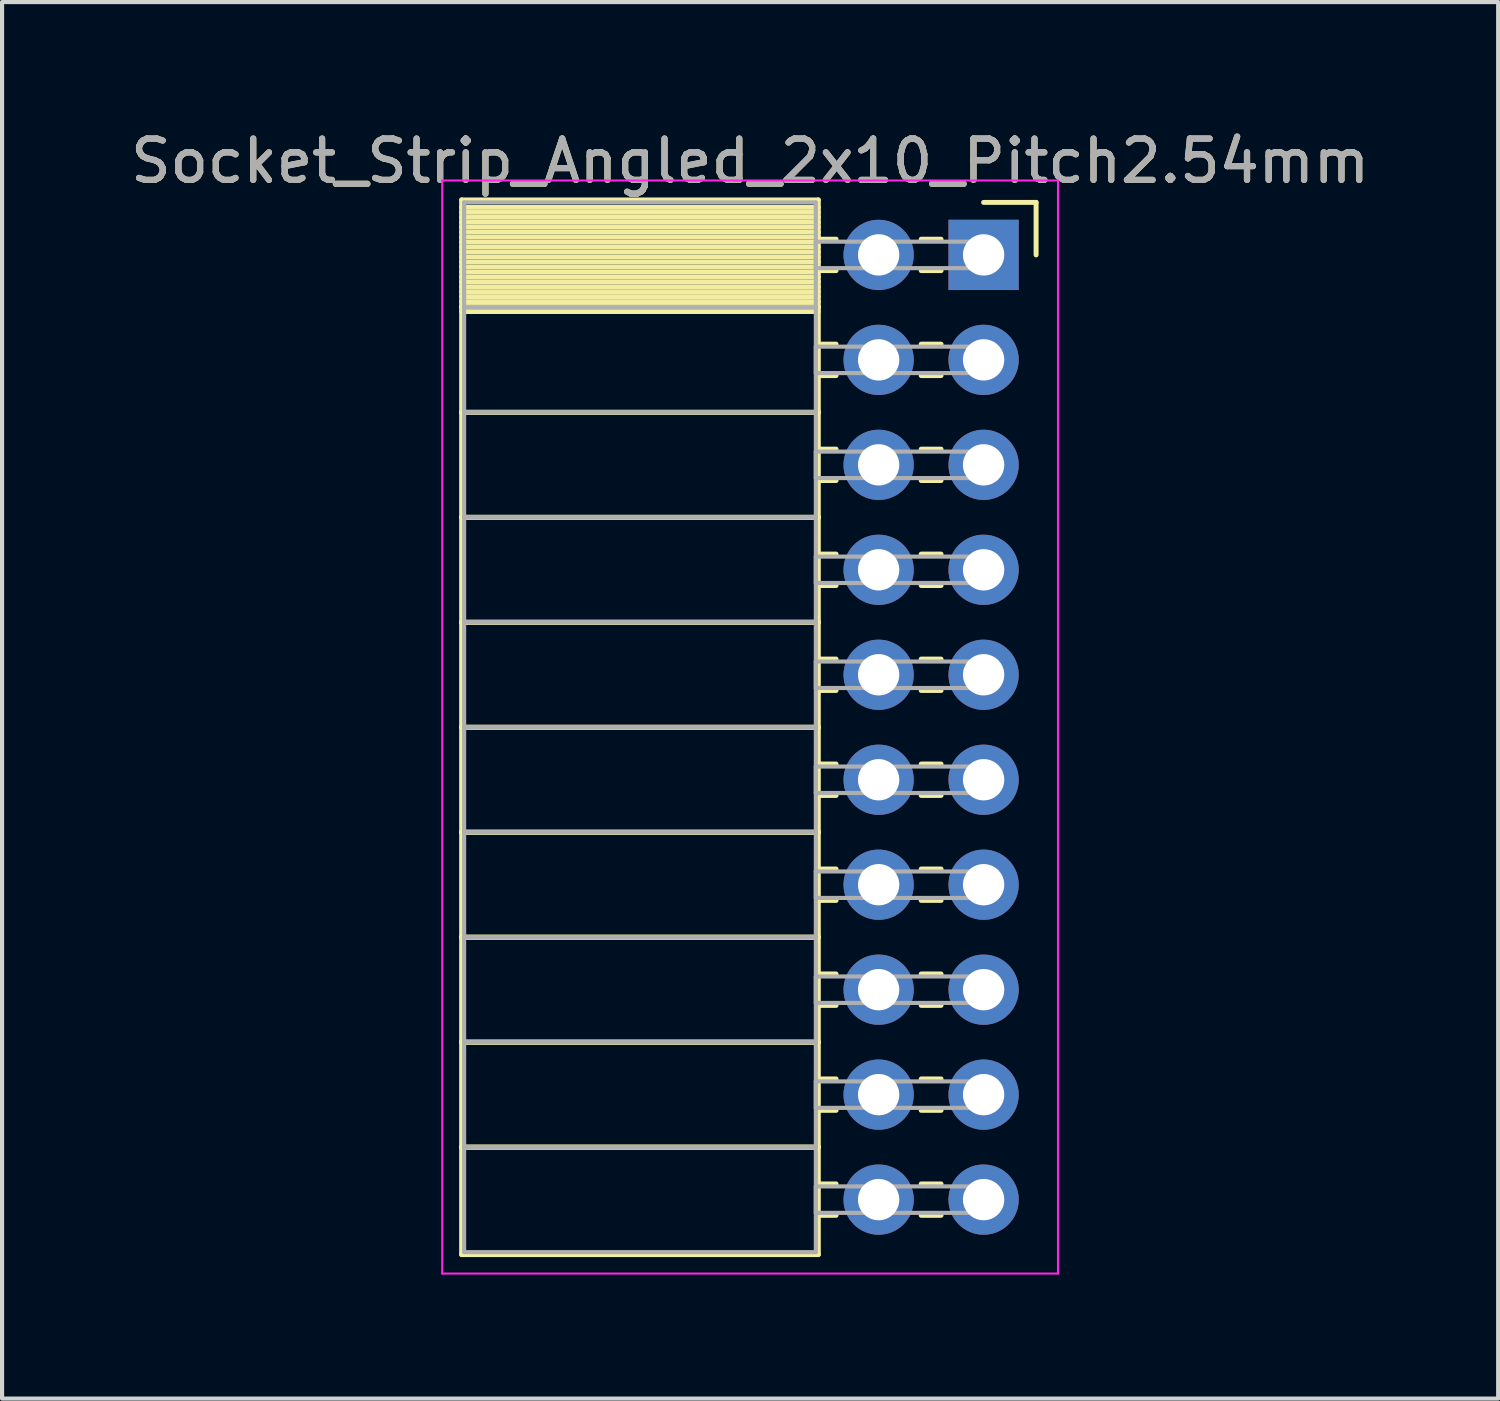
<source format=kicad_pcb>
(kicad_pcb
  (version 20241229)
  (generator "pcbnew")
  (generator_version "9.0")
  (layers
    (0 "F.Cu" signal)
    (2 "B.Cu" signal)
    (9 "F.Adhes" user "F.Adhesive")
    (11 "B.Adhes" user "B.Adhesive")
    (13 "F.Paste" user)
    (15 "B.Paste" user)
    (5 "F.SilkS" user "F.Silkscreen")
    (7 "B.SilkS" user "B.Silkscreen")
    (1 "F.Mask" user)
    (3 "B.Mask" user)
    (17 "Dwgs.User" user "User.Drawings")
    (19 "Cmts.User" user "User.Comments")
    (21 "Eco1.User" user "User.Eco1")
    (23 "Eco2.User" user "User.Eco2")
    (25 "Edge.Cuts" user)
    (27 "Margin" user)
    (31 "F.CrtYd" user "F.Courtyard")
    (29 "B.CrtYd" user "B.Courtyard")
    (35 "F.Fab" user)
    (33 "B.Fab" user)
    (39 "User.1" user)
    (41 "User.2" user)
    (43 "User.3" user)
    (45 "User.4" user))
  (footprint "Socket_Strip_Angled_2x10_Pitch2.54mm"
    (layer "F.Cu")
    (at 19.481 14.548)
    (property "Reference" "Socket_Strip_Angled_2x10_Pitch2.54mm" (at -4.38 -13.7 0) (layer "F.SilkS") (effects (font (size 1 1) (thickness 0.15))))
    (attr through_hole)
    (fp_line (start -11.36 -12.76) (end -2.73 -12.76) (stroke (width 0.12) (type solid)) (layer "F.SilkS"))
    (fp_line (start -11.36 -10.16) (end -11.36 -12.76) (stroke (width 0.12) (type solid)) (layer "F.SilkS"))
    (fp_line (start -11.36 -10.16) (end -2.73 -10.16) (stroke (width 0.12) (type solid)) (layer "F.SilkS"))
    (fp_line (start -11.36 -7.62) (end -11.36 -10.16) (stroke (width 0.12) (type solid)) (layer "F.SilkS"))
    (fp_line (start -11.36 -7.62) (end -2.73 -7.62) (stroke (width 0.12) (type solid)) (layer "F.SilkS"))
    (fp_line (start -11.36 -5.08) (end -11.36 -7.62) (stroke (width 0.12) (type solid)) (layer "F.SilkS"))
    (fp_line (start -11.36 -5.08) (end -2.73 -5.08) (stroke (width 0.12) (type solid)) (layer "F.SilkS"))
    (fp_line (start -11.36 -2.54) (end -11.36 -5.08) (stroke (width 0.12) (type solid)) (layer "F.SilkS"))
    (fp_line (start -11.36 -2.54) (end -2.73 -2.54) (stroke (width 0.12) (type solid)) (layer "F.SilkS"))
    (fp_line (start -11.36 0) (end -11.36 -2.54) (stroke (width 0.12) (type solid)) (layer "F.SilkS"))
    (fp_line (start -11.36 0) (end -2.73 0) (stroke (width 0.12) (type solid)) (layer "F.SilkS"))
    (fp_line (start -11.36 2.54) (end -11.36 0) (stroke (width 0.12) (type solid)) (layer "F.SilkS"))
    (fp_line (start -11.36 2.54) (end -2.73 2.54) (stroke (width 0.12) (type solid)) (layer "F.SilkS"))
    (fp_line (start -11.36 5.08) (end -11.36 2.54) (stroke (width 0.12) (type solid)) (layer "F.SilkS"))
    (fp_line (start -11.36 5.08) (end -2.73 5.08) (stroke (width 0.12) (type solid)) (layer "F.SilkS"))
    (fp_line (start -11.36 7.62) (end -11.36 5.08) (stroke (width 0.12) (type solid)) (layer "F.SilkS"))
    (fp_line (start -11.36 7.62) (end -2.73 7.62) (stroke (width 0.12) (type solid)) (layer "F.SilkS"))
    (fp_line (start -11.36 10.16) (end -11.36 7.62) (stroke (width 0.12) (type solid)) (layer "F.SilkS"))
    (fp_line (start -11.36 10.16) (end -2.73 10.16) (stroke (width 0.12) (type solid)) (layer "F.SilkS"))
    (fp_line (start -11.36 12.76) (end -11.36 10.16) (stroke (width 0.12) (type solid)) (layer "F.SilkS"))
    (fp_line (start -2.73 -12.76) (end -2.73 -10.16) (stroke (width 0.12) (type solid)) (layer "F.SilkS"))
    (fp_line (start -2.73 -12.58) (end -11.36 -12.58) (stroke (width 0.12) (type solid)) (layer "F.SilkS"))
    (fp_line (start -2.73 -12.46) (end -11.36 -12.46) (stroke (width 0.12) (type solid)) (layer "F.SilkS"))
    (fp_line (start -2.73 -12.34) (end -11.36 -12.34) (stroke (width 0.12) (type solid)) (layer "F.SilkS"))
    (fp_line (start -2.73 -12.22) (end -11.36 -12.22) (stroke (width 0.12) (type solid)) (layer "F.SilkS"))
    (fp_line (start -2.73 -12.1) (end -11.36 -12.1) (stroke (width 0.12) (type solid)) (layer "F.SilkS"))
    (fp_line (start -2.73 -11.98) (end -11.36 -11.98) (stroke (width 0.12) (type solid)) (layer "F.SilkS"))
    (fp_line (start -2.73 -11.86) (end -11.36 -11.86) (stroke (width 0.12) (type solid)) (layer "F.SilkS"))
    (fp_line (start -2.73 -11.74) (end -11.36 -11.74) (stroke (width 0.12) (type solid)) (layer "F.SilkS"))
    (fp_line (start -2.73 -11.62) (end -11.36 -11.62) (stroke (width 0.12) (type solid)) (layer "F.SilkS"))
    (fp_line (start -2.73 -11.5) (end -11.36 -11.5) (stroke (width 0.12) (type solid)) (layer "F.SilkS"))
    (fp_line (start -2.73 -11.38) (end -11.36 -11.38) (stroke (width 0.12) (type solid)) (layer "F.SilkS"))
    (fp_line (start -2.73 -11.26) (end -11.36 -11.26) (stroke (width 0.12) (type solid)) (layer "F.SilkS"))
    (fp_line (start -2.73 -11.14) (end -11.36 -11.14) (stroke (width 0.12) (type solid)) (layer "F.SilkS"))
    (fp_line (start -2.73 -11.02) (end -11.36 -11.02) (stroke (width 0.12) (type solid)) (layer "F.SilkS"))
    (fp_line (start -2.73 -10.9) (end -11.36 -10.9) (stroke (width 0.12) (type solid)) (layer "F.SilkS"))
    (fp_line (start -2.73 -10.78) (end -11.36 -10.78) (stroke (width 0.12) (type solid)) (layer "F.SilkS"))
    (fp_line (start -2.73 -10.66) (end -11.36 -10.66) (stroke (width 0.12) (type solid)) (layer "F.SilkS"))
    (fp_line (start -2.73 -10.54) (end -11.36 -10.54) (stroke (width 0.12) (type solid)) (layer "F.SilkS"))
    (fp_line (start -2.73 -10.42) (end -11.36 -10.42) (stroke (width 0.12) (type solid)) (layer "F.SilkS"))
    (fp_line (start -2.73 -10.3) (end -11.36 -10.3) (stroke (width 0.12) (type solid)) (layer "F.SilkS"))
    (fp_line (start -2.73 -10.18) (end -11.36 -10.18) (stroke (width 0.12) (type solid)) (layer "F.SilkS"))
    (fp_line (start -2.73 -10.16) (end -11.36 -10.16) (stroke (width 0.12) (type solid)) (layer "F.SilkS"))
    (fp_line (start -2.73 -10.16) (end -2.73 -7.62) (stroke (width 0.12) (type solid)) (layer "F.SilkS"))
    (fp_line (start -2.73 -10.06) (end -11.36 -10.06) (stroke (width 0.12) (type solid)) (layer "F.SilkS"))
    (fp_line (start -2.73 -7.62) (end -11.36 -7.62) (stroke (width 0.12) (type solid)) (layer "F.SilkS"))
    (fp_line (start -2.73 -7.62) (end -2.73 -5.08) (stroke (width 0.12) (type solid)) (layer "F.SilkS"))
    (fp_line (start -2.73 -5.08) (end -11.36 -5.08) (stroke (width 0.12) (type solid)) (layer "F.SilkS"))
    (fp_line (start -2.73 -5.08) (end -2.73 -2.54) (stroke (width 0.12) (type solid)) (layer "F.SilkS"))
    (fp_line (start -2.73 -2.54) (end -11.36 -2.54) (stroke (width 0.12) (type solid)) (layer "F.SilkS"))
    (fp_line (start -2.73 -2.54) (end -2.73 0) (stroke (width 0.12) (type solid)) (layer "F.SilkS"))
    (fp_line (start -2.73 0) (end -11.36 0) (stroke (width 0.12) (type solid)) (layer "F.SilkS"))
    (fp_line (start -2.73 0) (end -2.73 2.54) (stroke (width 0.12) (type solid)) (layer "F.SilkS"))
    (fp_line (start -2.73 2.54) (end -11.36 2.54) (stroke (width 0.12) (type solid)) (layer "F.SilkS"))
    (fp_line (start -2.73 2.54) (end -2.73 5.08) (stroke (width 0.12) (type solid)) (layer "F.SilkS"))
    (fp_line (start -2.73 5.08) (end -11.36 5.08) (stroke (width 0.12) (type solid)) (layer "F.SilkS"))
    (fp_line (start -2.73 5.08) (end -2.73 7.62) (stroke (width 0.12) (type solid)) (layer "F.SilkS"))
    (fp_line (start -2.73 7.62) (end -11.36 7.62) (stroke (width 0.12) (type solid)) (layer "F.SilkS"))
    (fp_line (start -2.73 7.62) (end -2.73 10.16) (stroke (width 0.12) (type solid)) (layer "F.SilkS"))
    (fp_line (start -2.73 10.16) (end -11.36 10.16) (stroke (width 0.12) (type solid)) (layer "F.SilkS"))
    (fp_line (start -2.73 10.16) (end -2.73 12.76) (stroke (width 0.12) (type solid)) (layer "F.SilkS"))
    (fp_line (start -2.73 12.76) (end -11.36 12.76) (stroke (width 0.12) (type solid)) (layer "F.SilkS"))
    (fp_line (start -2.3 -11.81) (end -2.73 -11.81) (stroke (width 0.12) (type solid)) (layer "F.SilkS"))
    (fp_line (start -2.3 -11.05) (end -2.73 -11.05) (stroke (width 0.12) (type solid)) (layer "F.SilkS"))
    (fp_line (start -2.3 -9.27) (end -2.73 -9.27) (stroke (width 0.12) (type solid)) (layer "F.SilkS"))
    (fp_line (start -2.3 -8.51) (end -2.73 -8.51) (stroke (width 0.12) (type solid)) (layer "F.SilkS"))
    (fp_line (start -2.3 -6.73) (end -2.73 -6.73) (stroke (width 0.12) (type solid)) (layer "F.SilkS"))
    (fp_line (start -2.3 -5.97) (end -2.73 -5.97) (stroke (width 0.12) (type solid)) (layer "F.SilkS"))
    (fp_line (start -2.3 -4.19) (end -2.73 -4.19) (stroke (width 0.12) (type solid)) (layer "F.SilkS"))
    (fp_line (start -2.3 -3.43) (end -2.73 -3.43) (stroke (width 0.12) (type solid)) (layer "F.SilkS"))
    (fp_line (start -2.3 -1.65) (end -2.73 -1.65) (stroke (width 0.12) (type solid)) (layer "F.SilkS"))
    (fp_line (start -2.3 -0.89) (end -2.73 -0.89) (stroke (width 0.12) (type solid)) (layer "F.SilkS"))
    (fp_line (start -2.3 0.89) (end -2.73 0.89) (stroke (width 0.12) (type solid)) (layer "F.SilkS"))
    (fp_line (start -2.3 1.65) (end -2.73 1.65) (stroke (width 0.12) (type solid)) (layer "F.SilkS"))
    (fp_line (start -2.3 3.43) (end -2.73 3.43) (stroke (width 0.12) (type solid)) (layer "F.SilkS"))
    (fp_line (start -2.3 4.19) (end -2.73 4.19) (stroke (width 0.12) (type solid)) (layer "F.SilkS"))
    (fp_line (start -2.3 5.97) (end -2.73 5.97) (stroke (width 0.12) (type solid)) (layer "F.SilkS"))
    (fp_line (start -2.3 6.73) (end -2.73 6.73) (stroke (width 0.12) (type solid)) (layer "F.SilkS"))
    (fp_line (start -2.3 8.51) (end -2.73 8.51) (stroke (width 0.12) (type solid)) (layer "F.SilkS"))
    (fp_line (start -2.3 9.27) (end -2.73 9.27) (stroke (width 0.12) (type solid)) (layer "F.SilkS"))
    (fp_line (start -2.3 11.05) (end -2.73 11.05) (stroke (width 0.12) (type solid)) (layer "F.SilkS"))
    (fp_line (start -2.3 11.81) (end -2.73 11.81) (stroke (width 0.12) (type solid)) (layer "F.SilkS"))
    (fp_line (start 0.24 -11.81) (end -0.24 -11.81) (stroke (width 0.12) (type solid)) (layer "F.SilkS"))
    (fp_line (start 0.24 -11.05) (end -0.24 -11.05) (stroke (width 0.12) (type solid)) (layer "F.SilkS"))
    (fp_line (start 0.24 -9.27) (end -0.24 -9.27) (stroke (width 0.12) (type solid)) (layer "F.SilkS"))
    (fp_line (start 0.24 -8.51) (end -0.24 -8.51) (stroke (width 0.12) (type solid)) (layer "F.SilkS"))
    (fp_line (start 0.24 -6.73) (end -0.24 -6.73) (stroke (width 0.12) (type solid)) (layer "F.SilkS"))
    (fp_line (start 0.24 -5.97) (end -0.24 -5.97) (stroke (width 0.12) (type solid)) (layer "F.SilkS"))
    (fp_line (start 0.24 -4.19) (end -0.24 -4.19) (stroke (width 0.12) (type solid)) (layer "F.SilkS"))
    (fp_line (start 0.24 -3.43) (end -0.24 -3.43) (stroke (width 0.12) (type solid)) (layer "F.SilkS"))
    (fp_line (start 0.24 -1.65) (end -0.24 -1.65) (stroke (width 0.12) (type solid)) (layer "F.SilkS"))
    (fp_line (start 0.24 -0.89) (end -0.24 -0.89) (stroke (width 0.12) (type solid)) (layer "F.SilkS"))
    (fp_line (start 0.24 0.89) (end -0.24 0.89) (stroke (width 0.12) (type solid)) (layer "F.SilkS"))
    (fp_line (start 0.24 1.65) (end -0.24 1.65) (stroke (width 0.12) (type solid)) (layer "F.SilkS"))
    (fp_line (start 0.24 3.43) (end -0.24 3.43) (stroke (width 0.12) (type solid)) (layer "F.SilkS"))
    (fp_line (start 0.24 4.19) (end -0.24 4.19) (stroke (width 0.12) (type solid)) (layer "F.SilkS"))
    (fp_line (start 0.24 5.97) (end -0.24 5.97) (stroke (width 0.12) (type solid)) (layer "F.SilkS"))
    (fp_line (start 0.24 6.73) (end -0.24 6.73) (stroke (width 0.12) (type solid)) (layer "F.SilkS"))
    (fp_line (start 0.24 8.51) (end -0.24 8.51) (stroke (width 0.12) (type solid)) (layer "F.SilkS"))
    (fp_line (start 0.24 9.27) (end -0.24 9.27) (stroke (width 0.12) (type solid)) (layer "F.SilkS"))
    (fp_line (start 0.24 11.05) (end -0.24 11.05) (stroke (width 0.12) (type solid)) (layer "F.SilkS"))
    (fp_line (start 0.24 11.81) (end -0.24 11.81) (stroke (width 0.12) (type solid)) (layer "F.SilkS"))
    (fp_line (start 1.27 -12.7) (end 2.54 -12.7) (stroke (width 0.12) (type solid)) (layer "F.SilkS"))
    (fp_line (start 2.54 -12.7) (end 2.54 -11.43) (stroke (width 0.12) (type solid)) (layer "F.SilkS"))
    (fp_line (start -11.83 -13.23) (end 3.07 -13.23) (stroke (width 0.05) (type solid)) (layer "F.CrtYd"))
    (fp_line (start -11.83 13.22) (end -11.83 -13.23) (stroke (width 0.05) (type solid)) (layer "F.CrtYd"))
    (fp_line (start 3.07 -13.23) (end 3.07 13.22) (stroke (width 0.05) (type solid)) (layer "F.CrtYd"))
    (fp_line (start 3.07 13.22) (end -11.83 13.22) (stroke (width 0.05) (type solid)) (layer "F.CrtYd"))
    (fp_line (start -11.3 -12.7) (end -2.79 -12.7) (stroke (width 0.1) (type solid)) (layer "F.Fab"))
    (fp_line (start -11.3 -10.16) (end -11.3 -12.7) (stroke (width 0.1) (type solid)) (layer "F.Fab"))
    (fp_line (start -11.3 -10.16) (end -2.79 -10.16) (stroke (width 0.1) (type solid)) (layer "F.Fab"))
    (fp_line (start -11.3 -7.62) (end -11.3 -10.16) (stroke (width 0.1) (type solid)) (layer "F.Fab"))
    (fp_line (start -11.3 -7.62) (end -2.79 -7.62) (stroke (width 0.1) (type solid)) (layer "F.Fab"))
    (fp_line (start -11.3 -5.08) (end -11.3 -7.62) (stroke (width 0.1) (type solid)) (layer "F.Fab"))
    (fp_line (start -11.3 -5.08) (end -2.79 -5.08) (stroke (width 0.1) (type solid)) (layer "F.Fab"))
    (fp_line (start -11.3 -2.54) (end -11.3 -5.08) (stroke (width 0.1) (type solid)) (layer "F.Fab"))
    (fp_line (start -11.3 -2.54) (end -2.79 -2.54) (stroke (width 0.1) (type solid)) (layer "F.Fab"))
    (fp_line (start -11.3 0) (end -11.3 -2.54) (stroke (width 0.1) (type solid)) (layer "F.Fab"))
    (fp_line (start -11.3 0) (end -2.79 0) (stroke (width 0.1) (type solid)) (layer "F.Fab"))
    (fp_line (start -11.3 2.54) (end -11.3 0) (stroke (width 0.1) (type solid)) (layer "F.Fab"))
    (fp_line (start -11.3 2.54) (end -2.79 2.54) (stroke (width 0.1) (type solid)) (layer "F.Fab"))
    (fp_line (start -11.3 5.08) (end -11.3 2.54) (stroke (width 0.1) (type solid)) (layer "F.Fab"))
    (fp_line (start -11.3 5.08) (end -2.79 5.08) (stroke (width 0.1) (type solid)) (layer "F.Fab"))
    (fp_line (start -11.3 7.62) (end -11.3 5.08) (stroke (width 0.1) (type solid)) (layer "F.Fab"))
    (fp_line (start -11.3 7.62) (end -2.79 7.62) (stroke (width 0.1) (type solid)) (layer "F.Fab"))
    (fp_line (start -11.3 10.16) (end -11.3 7.62) (stroke (width 0.1) (type solid)) (layer "F.Fab"))
    (fp_line (start -11.3 10.16) (end -2.79 10.16) (stroke (width 0.1) (type solid)) (layer "F.Fab"))
    (fp_line (start -11.3 12.7) (end -11.3 10.16) (stroke (width 0.1) (type solid)) (layer "F.Fab"))
    (fp_line (start -2.79 -12.7) (end -2.79 -10.16) (stroke (width 0.1) (type solid)) (layer "F.Fab"))
    (fp_line (start -2.79 -11.75) (end 1.27 -11.75) (stroke (width 0.1) (type solid)) (layer "F.Fab"))
    (fp_line (start -2.79 -11.11) (end -2.79 -11.75) (stroke (width 0.1) (type solid)) (layer "F.Fab"))
    (fp_line (start -2.79 -10.16) (end -11.3 -10.16) (stroke (width 0.1) (type solid)) (layer "F.Fab"))
    (fp_line (start -2.79 -10.16) (end -2.79 -7.62) (stroke (width 0.1) (type solid)) (layer "F.Fab"))
    (fp_line (start -2.79 -9.21) (end 1.27 -9.21) (stroke (width 0.1) (type solid)) (layer "F.Fab"))
    (fp_line (start -2.79 -8.57) (end -2.79 -9.21) (stroke (width 0.1) (type solid)) (layer "F.Fab"))
    (fp_line (start -2.79 -7.62) (end -11.3 -7.62) (stroke (width 0.1) (type solid)) (layer "F.Fab"))
    (fp_line (start -2.79 -7.62) (end -2.79 -5.08) (stroke (width 0.1) (type solid)) (layer "F.Fab"))
    (fp_line (start -2.79 -6.67) (end 1.27 -6.67) (stroke (width 0.1) (type solid)) (layer "F.Fab"))
    (fp_line (start -2.79 -6.03) (end -2.79 -6.67) (stroke (width 0.1) (type solid)) (layer "F.Fab"))
    (fp_line (start -2.79 -5.08) (end -11.3 -5.08) (stroke (width 0.1) (type solid)) (layer "F.Fab"))
    (fp_line (start -2.79 -5.08) (end -2.79 -2.54) (stroke (width 0.1) (type solid)) (layer "F.Fab"))
    (fp_line (start -2.79 -4.13) (end 1.27 -4.13) (stroke (width 0.1) (type solid)) (layer "F.Fab"))
    (fp_line (start -2.79 -3.49) (end -2.79 -4.13) (stroke (width 0.1) (type solid)) (layer "F.Fab"))
    (fp_line (start -2.79 -2.54) (end -11.3 -2.54) (stroke (width 0.1) (type solid)) (layer "F.Fab"))
    (fp_line (start -2.79 -2.54) (end -2.79 0) (stroke (width 0.1) (type solid)) (layer "F.Fab"))
    (fp_line (start -2.79 -1.59) (end 1.27 -1.59) (stroke (width 0.1) (type solid)) (layer "F.Fab"))
    (fp_line (start -2.79 -0.95) (end -2.79 -1.59) (stroke (width 0.1) (type solid)) (layer "F.Fab"))
    (fp_line (start -2.79 0) (end -11.3 0) (stroke (width 0.1) (type solid)) (layer "F.Fab"))
    (fp_line (start -2.79 0) (end -2.79 2.54) (stroke (width 0.1) (type solid)) (layer "F.Fab"))
    (fp_line (start -2.79 0.95) (end 1.27 0.95) (stroke (width 0.1) (type solid)) (layer "F.Fab"))
    (fp_line (start -2.79 1.59) (end -2.79 0.95) (stroke (width 0.1) (type solid)) (layer "F.Fab"))
    (fp_line (start -2.79 2.54) (end -11.3 2.54) (stroke (width 0.1) (type solid)) (layer "F.Fab"))
    (fp_line (start -2.79 2.54) (end -2.79 5.08) (stroke (width 0.1) (type solid)) (layer "F.Fab"))
    (fp_line (start -2.79 3.49) (end 1.27 3.49) (stroke (width 0.1) (type solid)) (layer "F.Fab"))
    (fp_line (start -2.79 4.13) (end -2.79 3.49) (stroke (width 0.1) (type solid)) (layer "F.Fab"))
    (fp_line (start -2.79 5.08) (end -11.3 5.08) (stroke (width 0.1) (type solid)) (layer "F.Fab"))
    (fp_line (start -2.79 5.08) (end -2.79 7.62) (stroke (width 0.1) (type solid)) (layer "F.Fab"))
    (fp_line (start -2.79 6.03) (end 1.27 6.03) (stroke (width 0.1) (type solid)) (layer "F.Fab"))
    (fp_line (start -2.79 6.67) (end -2.79 6.03) (stroke (width 0.1) (type solid)) (layer "F.Fab"))
    (fp_line (start -2.79 7.62) (end -11.3 7.62) (stroke (width 0.1) (type solid)) (layer "F.Fab"))
    (fp_line (start -2.79 7.62) (end -2.79 10.16) (stroke (width 0.1) (type solid)) (layer "F.Fab"))
    (fp_line (start -2.79 8.57) (end 1.27 8.57) (stroke (width 0.1) (type solid)) (layer "F.Fab"))
    (fp_line (start -2.79 9.21) (end -2.79 8.57) (stroke (width 0.1) (type solid)) (layer "F.Fab"))
    (fp_line (start -2.79 10.16) (end -11.3 10.16) (stroke (width 0.1) (type solid)) (layer "F.Fab"))
    (fp_line (start -2.79 10.16) (end -2.79 12.7) (stroke (width 0.1) (type solid)) (layer "F.Fab"))
    (fp_line (start -2.79 11.11) (end 1.27 11.11) (stroke (width 0.1) (type solid)) (layer "F.Fab"))
    (fp_line (start -2.79 11.75) (end -2.79 11.11) (stroke (width 0.1) (type solid)) (layer "F.Fab"))
    (fp_line (start -2.79 12.7) (end -11.3 12.7) (stroke (width 0.1) (type solid)) (layer "F.Fab"))
    (fp_line (start 1.27 -11.75) (end 1.27 -11.11) (stroke (width 0.1) (type solid)) (layer "F.Fab"))
    (fp_line (start 1.27 -11.11) (end -2.79 -11.11) (stroke (width 0.1) (type solid)) (layer "F.Fab"))
    (fp_line (start 1.27 -9.21) (end 1.27 -8.57) (stroke (width 0.1) (type solid)) (layer "F.Fab"))
    (fp_line (start 1.27 -8.57) (end -2.79 -8.57) (stroke (width 0.1) (type solid)) (layer "F.Fab"))
    (fp_line (start 1.27 -6.67) (end 1.27 -6.03) (stroke (width 0.1) (type solid)) (layer "F.Fab"))
    (fp_line (start 1.27 -6.03) (end -2.79 -6.03) (stroke (width 0.1) (type solid)) (layer "F.Fab"))
    (fp_line (start 1.27 -4.13) (end 1.27 -3.49) (stroke (width 0.1) (type solid)) (layer "F.Fab"))
    (fp_line (start 1.27 -3.49) (end -2.79 -3.49) (stroke (width 0.1) (type solid)) (layer "F.Fab"))
    (fp_line (start 1.27 -1.59) (end 1.27 -0.95) (stroke (width 0.1) (type solid)) (layer "F.Fab"))
    (fp_line (start 1.27 -0.95) (end -2.79 -0.95) (stroke (width 0.1) (type solid)) (layer "F.Fab"))
    (fp_line (start 1.27 0.95) (end 1.27 1.59) (stroke (width 0.1) (type solid)) (layer "F.Fab"))
    (fp_line (start 1.27 1.59) (end -2.79 1.59) (stroke (width 0.1) (type solid)) (layer "F.Fab"))
    (fp_line (start 1.27 3.49) (end 1.27 4.13) (stroke (width 0.1) (type solid)) (layer "F.Fab"))
    (fp_line (start 1.27 4.13) (end -2.79 4.13) (stroke (width 0.1) (type solid)) (layer "F.Fab"))
    (fp_line (start 1.27 6.03) (end 1.27 6.67) (stroke (width 0.1) (type solid)) (layer "F.Fab"))
    (fp_line (start 1.27 6.67) (end -2.79 6.67) (stroke (width 0.1) (type solid)) (layer "F.Fab"))
    (fp_line (start 1.27 8.57) (end 1.27 9.21) (stroke (width 0.1) (type solid)) (layer "F.Fab"))
    (fp_line (start 1.27 9.21) (end -2.79 9.21) (stroke (width 0.1) (type solid)) (layer "F.Fab"))
    (fp_line (start 1.27 11.11) (end 1.27 11.75) (stroke (width 0.1) (type solid)) (layer "F.Fab"))
    (fp_line (start 1.27 11.75) (end -2.79 11.75) (stroke (width 0.1) (type solid)) (layer "F.Fab"))
    (fp_text user "${REFERENCE}" (at -4.38 -13.7 0) (layer "F.Fab") (effects (font (size 1 1) (thickness 0.15))))
    (pad "1" thru_hole rect (at 1.27 -11.43) (size 1.7 1.7) (drill 1) (layers "*.Cu" "*.Mask"))
    (pad "2" thru_hole oval (at -1.27 -11.43) (size 1.7 1.7) (drill 1) (layers "*.Cu" "*.Mask"))
    (pad "3" thru_hole oval (at 1.27 -8.89) (size 1.7 1.7) (drill 1) (layers "*.Cu" "*.Mask"))
    (pad "4" thru_hole oval (at -1.27 -8.89) (size 1.7 1.7) (drill 1) (layers "*.Cu" "*.Mask"))
    (pad "5" thru_hole oval (at 1.27 -6.35) (size 1.7 1.7) (drill 1) (layers "*.Cu" "*.Mask"))
    (pad "6" thru_hole oval (at -1.27 -6.35) (size 1.7 1.7) (drill 1) (layers "*.Cu" "*.Mask"))
    (pad "7" thru_hole oval (at 1.27 -3.81) (size 1.7 1.7) (drill 1) (layers "*.Cu" "*.Mask"))
    (pad "8" thru_hole oval (at -1.27 -3.81) (size 1.7 1.7) (drill 1) (layers "*.Cu" "*.Mask"))
    (pad "9" thru_hole oval (at 1.27 -1.27) (size 1.7 1.7) (drill 1) (layers "*.Cu" "*.Mask"))
    (pad "10" thru_hole oval (at -1.27 -1.27) (size 1.7 1.7) (drill 1) (layers "*.Cu" "*.Mask"))
    (pad "11" thru_hole oval (at 1.27 1.27) (size 1.7 1.7) (drill 1) (layers "*.Cu" "*.Mask"))
    (pad "12" thru_hole oval (at -1.27 1.27) (size 1.7 1.7) (drill 1) (layers "*.Cu" "*.Mask"))
    (pad "13" thru_hole oval (at 1.27 3.81) (size 1.7 1.7) (drill 1) (layers "*.Cu" "*.Mask"))
    (pad "14" thru_hole oval (at -1.27 3.81) (size 1.7 1.7) (drill 1) (layers "*.Cu" "*.Mask"))
    (pad "15" thru_hole oval (at 1.27 6.35) (size 1.7 1.7) (drill 1) (layers "*.Cu" "*.Mask"))
    (pad "16" thru_hole oval (at -1.27 6.35) (size 1.7 1.7) (drill 1) (layers "*.Cu" "*.Mask"))
    (pad "17" thru_hole oval (at 1.27 8.89) (size 1.7 1.7) (drill 1) (layers "*.Cu" "*.Mask"))
    (pad "18" thru_hole oval (at -1.27 8.89) (size 1.7 1.7) (drill 1) (layers "*.Cu" "*.Mask"))
    (pad "19" thru_hole oval (at 1.27 11.43) (size 1.7 1.7) (drill 1) (layers "*.Cu" "*.Mask"))
    (pad "20" thru_hole oval (at -1.27 11.43) (size 1.7 1.7) (drill 1) (layers "*.Cu" "*.Mask")))
  (gr_rect
    (start -3 -3)
    (end 33.202 30.793)
    (stroke (width 0.1) (type default))
    (fill no)
    (layer "Edge.Cuts")))
</source>
